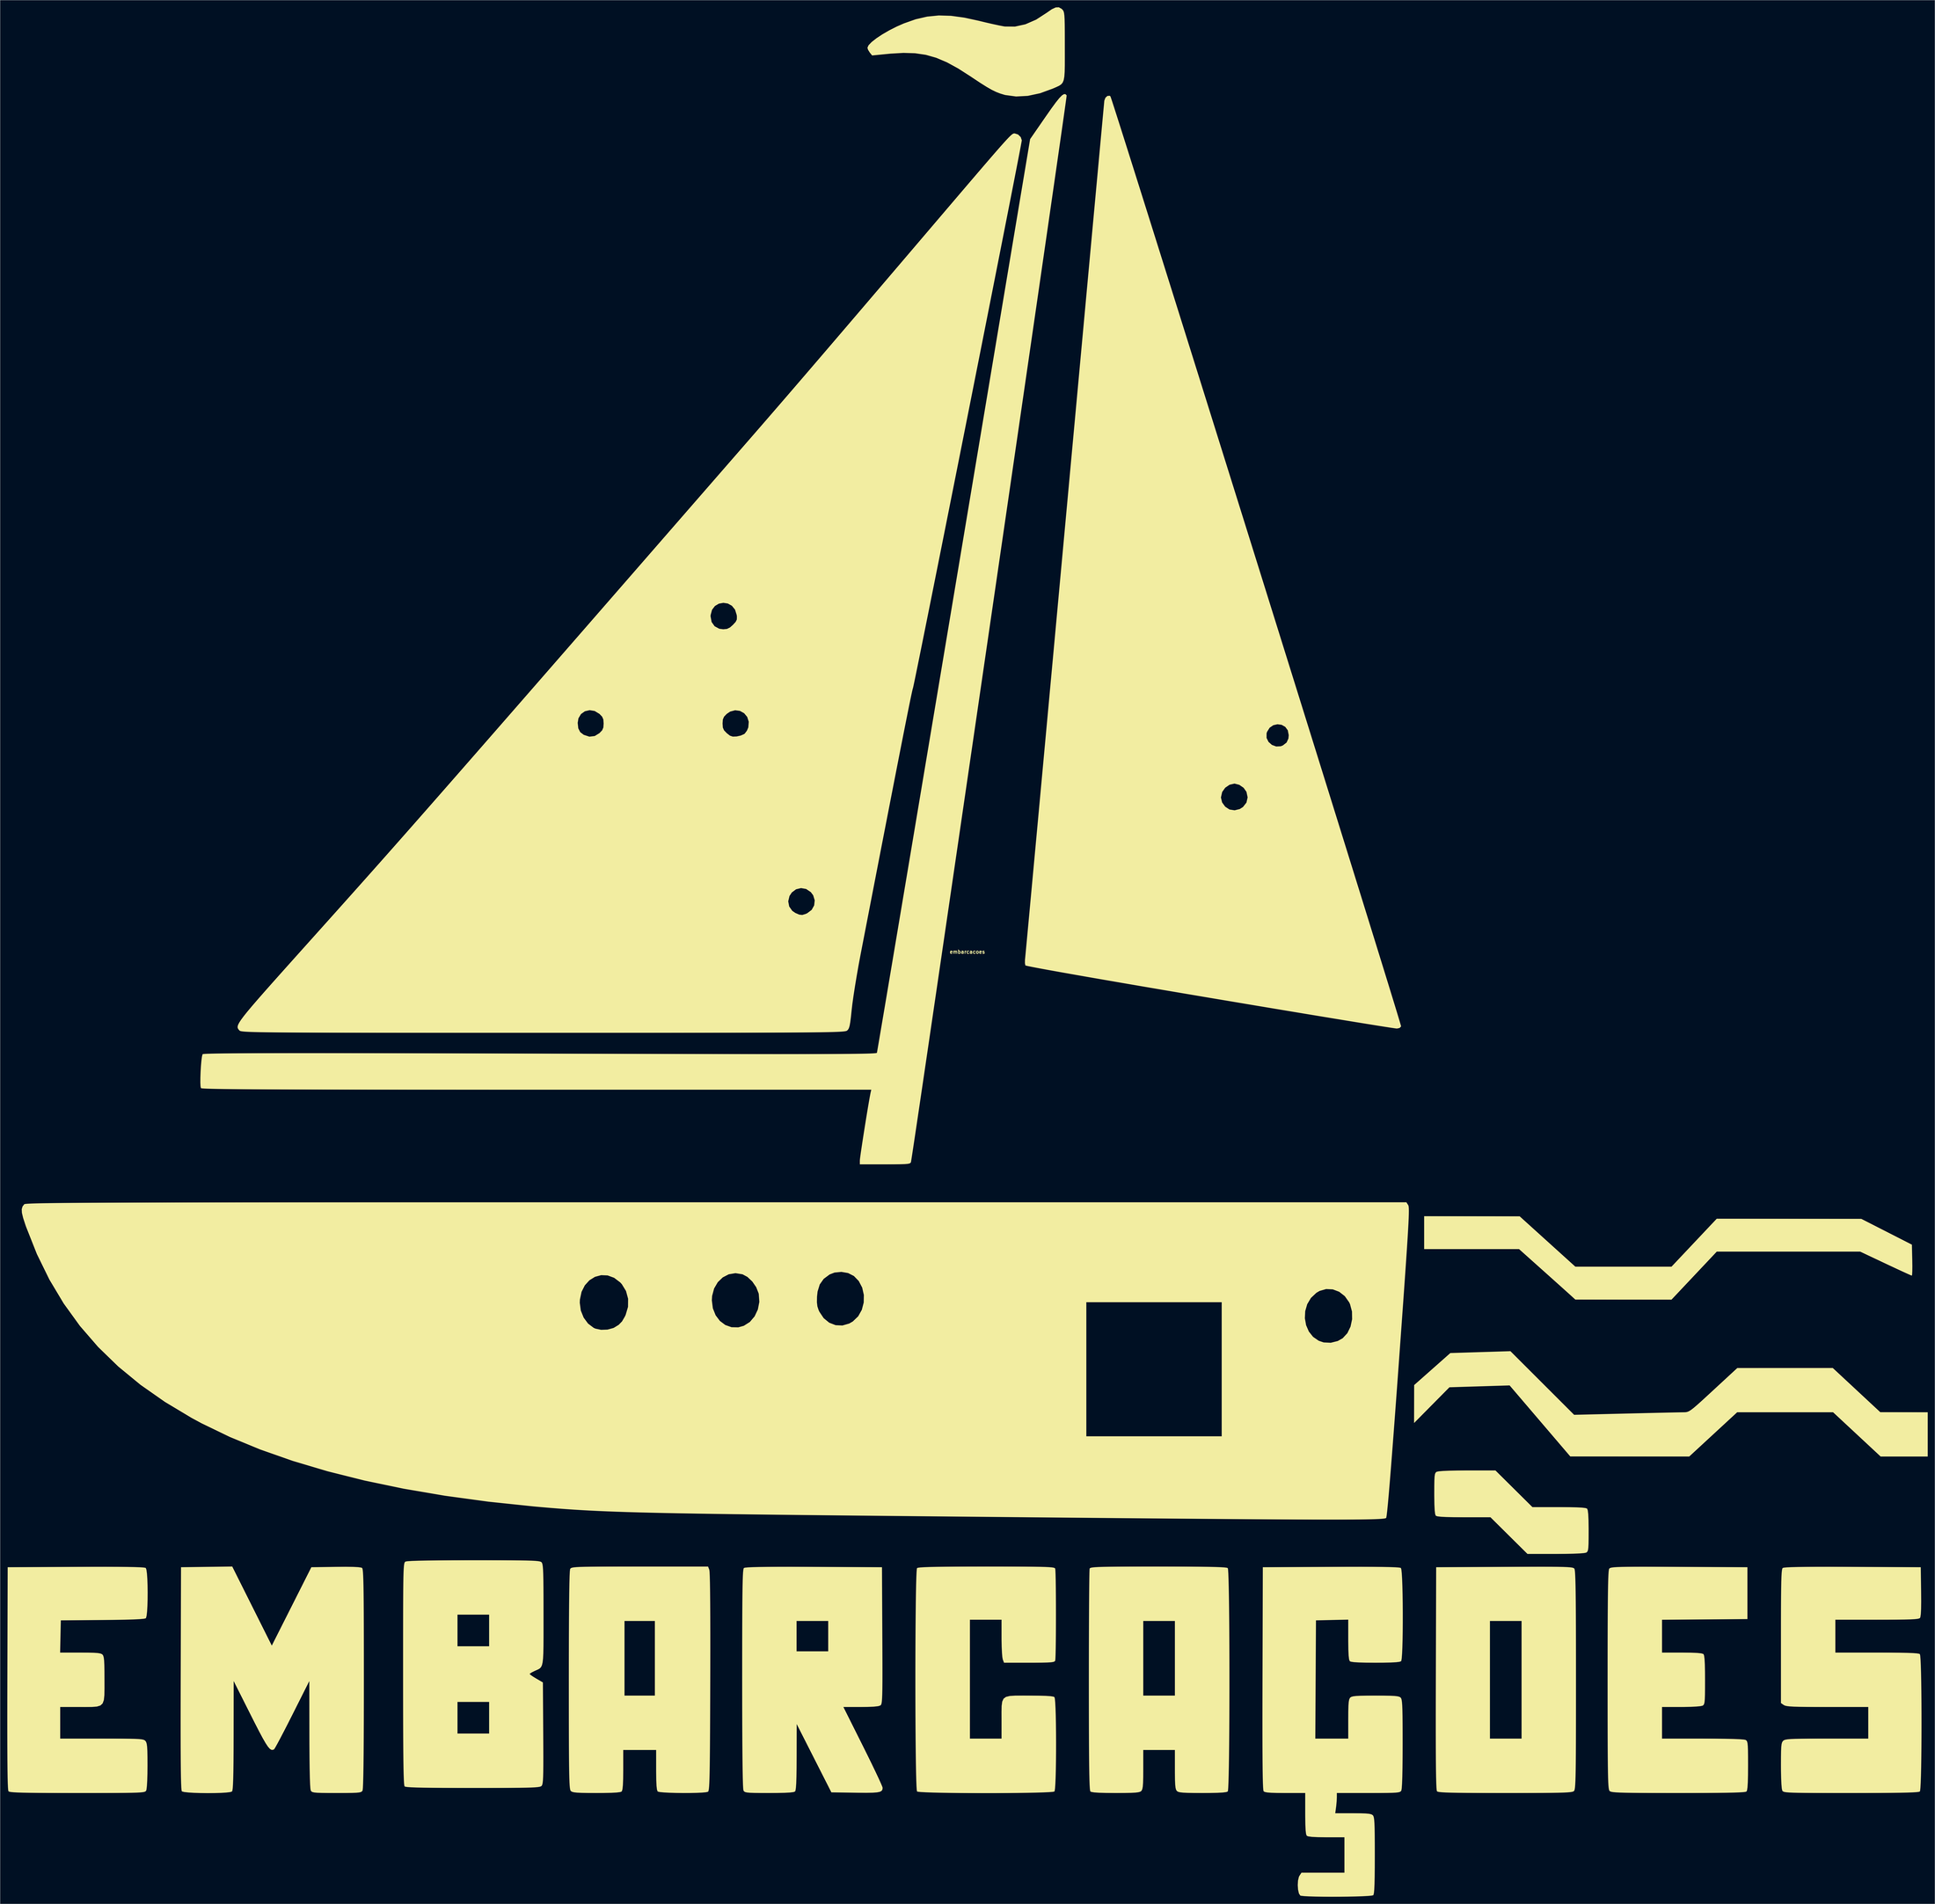
<source format=kicad_pcb>
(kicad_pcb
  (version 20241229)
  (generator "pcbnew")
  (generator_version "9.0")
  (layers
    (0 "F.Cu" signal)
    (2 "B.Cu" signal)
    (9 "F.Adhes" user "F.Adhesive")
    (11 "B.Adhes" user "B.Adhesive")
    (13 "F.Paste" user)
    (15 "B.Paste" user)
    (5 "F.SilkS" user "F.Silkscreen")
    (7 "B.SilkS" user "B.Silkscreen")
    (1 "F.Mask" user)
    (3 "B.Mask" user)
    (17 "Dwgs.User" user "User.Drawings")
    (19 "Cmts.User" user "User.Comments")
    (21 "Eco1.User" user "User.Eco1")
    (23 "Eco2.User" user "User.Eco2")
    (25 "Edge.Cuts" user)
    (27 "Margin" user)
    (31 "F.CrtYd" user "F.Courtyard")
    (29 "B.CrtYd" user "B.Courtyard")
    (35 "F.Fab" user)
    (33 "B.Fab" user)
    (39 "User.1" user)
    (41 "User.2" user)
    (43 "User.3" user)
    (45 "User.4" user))
  (footprint "embarcacoes"
    (layer "F.Cu")
    (at 401.539 395.143)
    (property "Reference" "embarcacoes" (at 0 0 0) (layer "F.SilkS") (effects (font (size 1.5 1.5) (thickness 0.3))))
    (attr board_only exclude_from_pos_files exclude_from_bom)
    (fp_poly (pts (xy 211.005 110.621) (xy 230.981 110.646) (xy 242.623 121.179) (xy 254.265 131.712) (xy 274.373 131.713) (xy 294.481 131.714) (xy 303.938 121.684) (xy 313.394 111.654) (xy 343.625 111.679) (xy 373.856 111.703) (xy 384.44 117.103) (xy 395.023 122.502) (xy 395.171 128.984) (xy 395.204 131.463) (xy 395.184 133.503) (xy 395.118 134.905) (xy 395.01 135.464) (xy 395.001 135.467) (xy 394.45 135.25) (xy 393.085 134.644) (xy 391.046 133.713) (xy 388.474 132.521) (xy 385.51 131.134) (xy 384.038 130.44) (xy 373.393 125.412) (xy 343.404 125.412) (xy 313.414 125.412) (xy 303.948 135.458) (xy 294.481 145.504) (xy 274.373 145.491) (xy 254.265 145.477) (xy 252.106 143.515) (xy 251.098 142.604) (xy 249.443 141.115) (xy 247.281 139.175) (xy 244.754 136.911) (xy 242.004 134.449) (xy 240.331 132.953) (xy 230.714 124.354) (xy 210.872 124.354) (xy 191.029 124.354) (xy 191.029 117.475) (xy 191.029 110.596)) (stroke (width 0) (type solid)) (fill yes) (layer "F.SilkS"))
    (fp_poly (pts (xy 240.435 180.375) (xy 253.752 193.684) (xy 275.44 193.158) (xy 280.229 193.043) (xy 284.771 192.936) (xy 288.937 192.84) (xy 292.6 192.759) (xy 295.633 192.694) (xy 297.907 192.649) (xy 299.295 192.626) (xy 299.546 192.624) (xy 300.3 192.605) (xy 300.983 192.497) (xy 301.707 192.218) (xy 302.58 191.688) (xy 303.712 190.823) (xy 305.215 189.542) (xy 307.196 187.764) (xy 309.767 185.405) (xy 311.981 183.361) (xy 321.998 174.106) (xy 341.964 174.101) (xy 361.93 174.096) (xy 371.862 183.34) (xy 381.794 192.584) (xy 391.716 192.6) (xy 401.637 192.617) (xy 401.637 201.877) (xy 401.637 211.137) (xy 391.794 211.137) (xy 381.951 211.137) (xy 372.004 201.877) (xy 362.057 192.617) (xy 341.999 192.617) (xy 321.941 192.617) (xy 311.915 201.874) (xy 301.89 211.132) (xy 277.019 211.117) (xy 252.148 211.103) (xy 239.461 196.245) (xy 226.775 181.387) (xy 214.193 181.772) (xy 201.612 182.158) (xy 194.214 189.636) (xy 186.816 197.115) (xy 186.833 189.177) (xy 186.851 181.24) (xy 194.418 174.541) (xy 201.985 167.843) (xy 214.552 167.454) (xy 227.118 167.066)) (stroke (width 0) (type solid)) (fill yes) (layer "F.SilkS"))
    (fp_poly (pts (xy 228.582 224.631) (xy 236.317 232.304) (xy 247.434 232.304) (xy 251.589 232.326) (xy 254.763 232.393) (xy 257.032 232.511) (xy 258.471 232.683) (xy 259.156 232.913) (xy 259.186 232.939) (xy 259.457 233.656) (xy 259.65 235.223) (xy 259.769 237.705) (xy 259.819 241.164) (xy 259.821 242.181) (xy 259.812 245.397) (xy 259.775 247.716) (xy 259.69 249.298) (xy 259.541 250.304) (xy 259.308 250.894) (xy 258.975 251.23) (xy 258.797 251.336) (xy 257.919 251.519) (xy 256.097 251.67) (xy 253.447 251.784) (xy 250.083 251.857) (xy 246.121 251.883) (xy 246.005 251.883) (xy 234.236 251.883) (xy 226.501 244.21) (xy 218.766 236.537) (xy 207.649 236.537) (xy 203.494 236.516) (xy 200.32 236.448) (xy 198.052 236.331) (xy 196.613 236.159) (xy 195.927 235.929) (xy 195.898 235.903) (xy 195.626 235.186) (xy 195.433 233.619) (xy 195.314 231.137) (xy 195.264 227.678) (xy 195.262 226.661) (xy 195.271 223.444) (xy 195.309 221.126) (xy 195.393 219.544) (xy 195.542 218.538) (xy 195.775 217.948) (xy 196.108 217.612) (xy 196.286 217.506) (xy 197.164 217.323) (xy 198.986 217.172) (xy 201.636 217.058) (xy 205 216.985) (xy 208.963 216.958) (xy 209.079 216.958) (xy 220.848 216.958)) (stroke (width 0) (type solid)) (fill yes) (layer "F.SilkS"))
    (fp_poly (pts (xy 39.361 -394.531) (xy 39.688 -394.229) (xy 40.002 -393.867) (xy 40.247 -393.399) (xy 40.431 -392.7) (xy 40.564 -391.645) (xy 40.653 -390.108) (xy 40.707 -387.963) (xy 40.735 -385.084) (xy 40.745 -381.347) (xy 40.746 -378.701) (xy 40.751 -374.285) (xy 40.743 -370.8) (xy 40.684 -368.119) (xy 40.538 -366.115) (xy 40.269 -364.659) (xy 39.84 -363.625) (xy 39.215 -362.887) (xy 38.356 -362.315) (xy 37.228 -361.784) (xy 35.795 -361.165) (xy 35.701 -361.124) (xy 30.427 -359.193) (xy 25.263 -358.088) (xy 20.359 -357.829) (xy 15.868 -358.434) (xy 15.478 -358.534) (xy 13.718 -359.066) (xy 12.01 -359.73) (xy 10.185 -360.621) (xy 8.068 -361.831) (xy 5.488 -363.454) (xy 2.272 -365.585) (xy 1.291 -366.246) (xy -3.885 -369.563) (xy -8.583 -372.132) (xy -13.011 -374.009) (xy -17.375 -375.252) (xy -21.885 -375.918) (xy -26.747 -376.065) (xy -32.169 -375.749) (xy -32.952 -375.674) (xy -39.843 -374.992) (xy -40.824 -376.202) (xy -41.542 -377.348) (xy -41.804 -378.218) (xy -41.34 -379.259) (xy -40.045 -380.606) (xy -38.067 -382.163) (xy -35.553 -383.831) (xy -32.65 -385.51) (xy -29.505 -387.104) (xy -26.602 -388.378) (xy -21.632 -390.13) (xy -16.828 -391.242) (xy -11.98 -391.722) (xy -6.878 -391.577) (xy -1.311 -390.816) (xy 4.498 -389.554) (xy 7.58 -388.81) (xy 10.52 -388.135) (xy 13.071 -387.583) (xy 14.982 -387.21) (xy 15.672 -387.099) (xy 19.893 -387.065) (xy 24.275 -388.031) (xy 28.732 -389.97) (xy 33.146 -392.829) (xy 35.312 -394.331) (xy 36.948 -395.089) (xy 38.237 -395.143)) (stroke (width 0) (type solid)) (fill yes) (layer "F.SilkS"))
    (fp_poly (pts (xy 244.126 257.259) (xy 246.986 257.285) (xy 249.21 257.331) (xy 250.882 257.397) (xy 252.086 257.488) (xy 252.907 257.604) (xy 253.428 257.748) (xy 253.735 257.922) (xy 253.868 258.064) (xy 253.989 258.445) (xy 254.096 259.273) (xy 254.189 260.604) (xy 254.268 262.494) (xy 254.336 264.997) (xy 254.392 268.169) (xy 254.437 272.065) (xy 254.472 276.741) (xy 254.498 282.253) (xy 254.516 288.655) (xy 254.526 296.003) (xy 254.529 304.352) (xy 254.529 304.599) (xy 254.528 312.663) (xy 254.522 319.735) (xy 254.512 325.88) (xy 254.496 331.163) (xy 254.472 335.65) (xy 254.44 339.406) (xy 254.398 342.497) (xy 254.345 344.989) (xy 254.281 346.947) (xy 254.203 348.436) (xy 254.111 349.522) (xy 254.003 350.272) (xy 253.879 350.749) (xy 253.737 351.02) (xy 253.698 351.064) (xy 253.419 351.249) (xy 252.926 351.405) (xy 252.135 351.534) (xy 250.962 351.639) (xy 249.321 351.722) (xy 247.129 351.785) (xy 244.302 351.831) (xy 240.754 351.863) (xy 236.401 351.883) (xy 231.159 351.893) (xy 224.944 351.896) (xy 224.923 351.896) (xy 218.591 351.892) (xy 213.239 351.878) (xy 208.791 351.852) (xy 205.167 351.813) (xy 202.29 351.758) (xy 200.082 351.686) (xy 198.466 351.594) (xy 197.364 351.481) (xy 196.697 351.345) (xy 196.388 351.183) (xy 196.383 351.177) (xy 196.271 350.719) (xy 196.175 349.608) (xy 196.093 347.802) (xy 196.026 345.261) (xy 195.972 341.943) (xy 195.932 337.81) (xy 195.906 332.818) (xy 195.892 326.93) (xy 195.89 320.102) (xy 195.901 312.296) (xy 195.921 303.949) (xy 195.991 279.929) (xy 218.546 279.929) (xy 218.546 304.535) (xy 218.546 329.142) (xy 225.16 329.142) (xy 231.775 329.142) (xy 231.775 304.535) (xy 231.775 279.929) (xy 225.16 279.929) (xy 218.546 279.929) (xy 195.991 279.929) (xy 196.056 257.44) (xy 224.631 257.301) (xy 230.881 257.273) (xy 236.158 257.255) (xy 240.544 257.25)) (stroke (width 0) (type solid)) (fill yes) (layer "F.SilkS"))
    (fp_poly (pts (xy -67.268 257.289) (xy -64.234 257.303) (xy -35.719 257.44) (xy -35.58 286.015) (xy -35.552 292.265) (xy -35.534 297.541) (xy -35.529 301.928) (xy -35.538 305.509) (xy -35.564 308.37) (xy -35.61 310.594) (xy -35.677 312.265) (xy -35.767 313.469) (xy -35.883 314.29) (xy -36.027 314.812) (xy -36.201 315.118) (xy -36.343 315.251) (xy -37.275 315.564) (xy -39.11 315.775) (xy -41.904 315.889) (xy -44.553 315.913) (xy -51.862 315.913) (xy -43.658 332.313) (xy -41.73 336.195) (xy -39.964 339.806) (xy -38.413 343.03) (xy -37.133 345.751) (xy -36.179 347.854) (xy -35.604 349.223) (xy -35.454 349.711) (xy -35.536 350.446) (xy -35.867 350.995) (xy -36.576 351.384) (xy -37.792 351.635) (xy -39.645 351.771) (xy -42.261 351.815) (xy -45.772 351.791) (xy -46.9 351.775) (xy -56.885 351.631) (xy -64.136 337.344) (xy -71.386 323.056) (xy -71.412 336.841) (xy -71.436 341.455) (xy -71.493 345.086) (xy -71.585 347.81) (xy -71.717 349.702) (xy -71.891 350.837) (xy -72.073 351.261) (xy -72.717 351.508) (xy -74.139 351.691) (xy -76.412 351.813) (xy -79.609 351.88) (xy -82.902 351.896) (xy -86.437 351.89) (xy -89.061 351.861) (xy -90.92 351.798) (xy -92.159 351.684) (xy -92.925 351.507) (xy -93.366 351.252) (xy -93.626 350.905) (xy -93.644 350.872) (xy -93.756 350.123) (xy -93.856 348.321) (xy -93.943 345.464) (xy -94.017 341.553) (xy -94.077 336.586) (xy -94.125 330.564) (xy -94.16 323.485) (xy -94.182 315.349) (xy -94.191 306.156) (xy -94.192 304.106) (xy -94.189 295.904) (xy -94.182 288.7) (xy -94.168 282.432) (xy -94.158 279.929) (xy -71.438 279.929) (xy -71.438 286.279) (xy -71.438 292.629) (xy -64.823 292.629) (xy -58.208 292.629) (xy -58.208 286.279) (xy -58.208 279.929) (xy -64.823 279.929) (xy -71.438 279.929) (xy -94.158 279.929) (xy -94.147 277.038) (xy -94.118 272.458) (xy -94.08 268.631) (xy -94.032 265.495) (xy -93.973 262.989) (xy -93.902 261.052) (xy -93.818 259.623) (xy -93.72 258.641) (xy -93.607 258.044) (xy -93.479 257.772) (xy -93.47 257.764) (xy -92.956 257.623) (xy -91.753 257.507) (xy -89.81 257.414) (xy -87.078 257.346) (xy -83.507 257.3) (xy -79.048 257.275) (xy -73.652 257.272)) (stroke (width 0) (type solid)) (fill yes) (layer "F.SilkS"))
    (fp_poly (pts (xy -299.187 273.692) (xy -290.915 290.23) (xy -282.644 273.835) (xy -274.373 257.44) (xy -264.122 257.296) (xy -260.02 257.265) (xy -256.918 257.305) (xy -254.763 257.417) (xy -253.5 257.604) (xy -253.142 257.757) (xy -253.012 258.006) (xy -252.897 258.561) (xy -252.797 259.486) (xy -252.712 260.841) (xy -252.639 262.689) (xy -252.579 265.09) (xy -252.53 268.107) (xy -252.49 271.802) (xy -252.46 276.236) (xy -252.439 281.47) (xy -252.424 287.567) (xy -252.416 294.588) (xy -252.413 302.595) (xy -252.412 304.106) (xy -252.419 313.52) (xy -252.438 321.876) (xy -252.471 329.175) (xy -252.516 335.418) (xy -252.574 340.604) (xy -252.645 344.736) (xy -252.729 347.812) (xy -252.826 349.834) (xy -252.936 350.803) (xy -252.96 350.872) (xy -253.211 351.226) (xy -253.63 351.487) (xy -254.361 351.67) (xy -255.55 351.789) (xy -257.344 351.857) (xy -259.888 351.888) (xy -263.328 351.896) (xy -263.79 351.896) (xy -267.342 351.89) (xy -269.982 351.862) (xy -271.855 351.799) (xy -273.107 351.687) (xy -273.884 351.512) (xy -274.331 351.26) (xy -274.594 350.918) (xy -274.619 350.872) (xy -274.768 350.052) (xy -274.896 348.209) (xy -275.003 345.381) (xy -275.088 341.604) (xy -275.148 336.914) (xy -275.185 331.347) (xy -275.195 327.457) (xy -275.224 305.065) (xy -282.319 319.176) (xy -284.126 322.744) (xy -285.799 326.004) (xy -287.277 328.834) (xy -288.495 331.116) (xy -289.389 332.729) (xy -289.897 333.553) (xy -289.968 333.63) (xy -290.54 333.871) (xy -291.125 333.815) (xy -291.778 333.375) (xy -292.559 332.469) (xy -293.523 331.01) (xy -294.73 328.915) (xy -296.236 326.098) (xy -298.098 322.475) (xy -299.763 319.178) (xy -306.86 305.065) (xy -306.888 327.845) (xy -306.904 333.772) (xy -306.935 338.708) (xy -306.985 342.721) (xy -307.054 345.876) (xy -307.145 348.242) (xy -307.26 349.886) (xy -307.401 350.875) (xy -307.552 351.261) (xy -308.325 351.515) (xy -309.94 351.709) (xy -312.192 351.846) (xy -314.874 351.925) (xy -317.78 351.947) (xy -320.705 351.914) (xy -323.443 351.826) (xy -325.787 351.683) (xy -327.532 351.488) (xy -328.471 351.239) (xy -328.551 351.177) (xy -328.662 350.719) (xy -328.759 349.608) (xy -328.84 347.802) (xy -328.908 345.261) (xy -328.961 341.943) (xy -329.001 337.81) (xy -329.028 332.818) (xy -329.042 326.93) (xy -329.043 320.102) (xy -329.033 312.296) (xy -329.012 303.949) (xy -328.877 257.44) (xy -318.169 257.296) (xy -307.46 257.153)) (stroke (width 0) (type solid)) (fill yes) (layer "F.SilkS"))
    (fp_poly (pts (xy -107.928 258.555) (xy -107.829 259.359) (xy -107.743 261.195) (xy -107.67 264.039) (xy -107.612 267.864) (xy -107.567 272.644) (xy -107.536 278.356) (xy -107.52 284.972) (xy -107.519 292.467) (xy -107.532 300.816) (xy -107.544 305.406) (xy -107.571 313.481) (xy -107.599 320.563) (xy -107.63 326.714) (xy -107.664 332) (xy -107.703 336.485) (xy -107.748 340.232) (xy -107.802 343.307) (xy -107.864 345.773) (xy -107.936 347.695) (xy -108.02 349.137) (xy -108.117 350.163) (xy -108.228 350.837) (xy -108.355 351.225) (xy -108.479 351.378) (xy -109.319 351.579) (xy -110.987 351.731) (xy -113.276 351.835) (xy -115.982 351.891) (xy -118.9 351.901) (xy -121.824 351.867) (xy -124.549 351.789) (xy -126.87 351.668) (xy -128.582 351.505) (xy -129.48 351.303) (xy -129.54 351.261) (xy -129.816 350.53) (xy -130.011 348.934) (xy -130.129 346.411) (xy -130.174 342.902) (xy -130.175 342.265) (xy -130.175 333.904) (xy -137.054 333.904) (xy -143.933 333.904) (xy -143.933 342.265) (xy -143.968 345.933) (xy -144.074 348.604) (xy -144.257 350.341) (xy -144.52 351.202) (xy -144.568 351.261) (xy -145.224 351.512) (xy -146.668 351.696) (xy -148.972 351.819) (xy -152.21 351.883) (xy -155.114 351.896) (xy -158.693 351.883) (xy -161.36 351.837) (xy -163.26 351.747) (xy -164.54 351.602) (xy -165.345 351.389) (xy -165.821 351.098) (xy -165.856 351.064) (xy -166.003 350.835) (xy -166.132 350.415) (xy -166.244 349.741) (xy -166.34 348.745) (xy -166.421 347.363) (xy -166.489 345.529) (xy -166.545 343.176) (xy -166.589 340.241) (xy -166.623 336.656) (xy -166.649 332.356) (xy -166.667 327.275) (xy -166.679 321.349) (xy -166.685 314.511) (xy -166.687 306.695) (xy -166.688 304.727) (xy -166.681 295.337) (xy -166.662 287.004) (xy -166.63 279.929) (xy -143.404 279.929) (xy -143.404 295.54) (xy -143.404 311.15) (xy -137.054 311.15) (xy -130.704 311.15) (xy -130.704 295.54) (xy -130.704 279.929) (xy -137.054 279.929) (xy -143.404 279.929) (xy -166.63 279.929) (xy -166.629 279.729) (xy -166.584 273.511) (xy -166.525 268.349) (xy -166.454 264.243) (xy -166.369 261.192) (xy -166.272 259.197) (xy -166.161 258.256) (xy -166.14 258.199) (xy -165.989 257.976) (xy -165.741 257.788) (xy -165.309 257.631) (xy -164.609 257.504) (xy -163.556 257.403) (xy -162.066 257.325) (xy -160.054 257.268) (xy -157.435 257.227) (xy -154.125 257.2) (xy -150.039 257.185) (xy -145.091 257.177) (xy -139.199 257.175) (xy -137.022 257.175) (xy -108.453 257.175)) (stroke (width 0) (type solid)) (fill yes) (layer "F.SilkS"))
    (fp_poly (pts (xy -355.374 257.287) (xy -351.431 257.323) (xy -348.347 257.382) (xy -346.074 257.464) (xy -344.561 257.57) (xy -343.759 257.701) (xy -343.621 257.764) (xy -343.347 258.511) (xy -343.131 260.107) (xy -342.974 262.347) (xy -342.876 265.024) (xy -342.837 267.932) (xy -342.858 270.865) (xy -342.938 273.615) (xy -343.078 275.977) (xy -343.277 277.744) (xy -343.537 278.71) (xy -343.607 278.799) (xy -344.34 278.99) (xy -346.055 279.153) (xy -348.768 279.288) (xy -352.495 279.397) (xy -357.251 279.479) (xy -361.731 279.525) (xy -379.148 279.665) (xy -379.296 286.411) (xy -379.444 293.158) (xy -370.999 293.158) (xy -367.706 293.175) (xy -365.312 293.235) (xy -363.659 293.351) (xy -362.589 293.539) (xy -361.941 293.813) (xy -361.723 293.99) (xy -361.418 294.452) (xy -361.195 295.235) (xy -361.043 296.489) (xy -360.95 298.363) (xy -360.904 301.006) (xy -360.892 304.309) (xy -360.883 308.099) (xy -360.933 310.963) (xy -361.158 313.028) (xy -361.672 314.425) (xy -362.591 315.284) (xy -364.03 315.732) (xy -366.104 315.901) (xy -368.928 315.92) (xy -371.21 315.913) (xy -379.413 315.913) (xy -379.413 322.527) (xy -379.413 329.142) (xy -362.032 329.142) (xy -357.264 329.145) (xy -353.443 329.159) (xy -350.457 329.19) (xy -348.194 329.243) (xy -346.543 329.325) (xy -345.393 329.441) (xy -344.631 329.598) (xy -344.146 329.8) (xy -343.826 330.055) (xy -343.776 330.109) (xy -343.454 330.603) (xy -343.22 331.368) (xy -343.061 332.563) (xy -342.964 334.341) (xy -342.914 336.858) (xy -342.9 340.271) (xy -342.9 340.463) (xy -342.931 343.826) (xy -343.018 346.718) (xy -343.152 348.976) (xy -343.325 350.437) (xy -343.448 350.872) (xy -343.599 351.097) (xy -343.849 351.285) (xy -344.284 351.442) (xy -344.988 351.569) (xy -346.047 351.67) (xy -347.546 351.748) (xy -349.57 351.805) (xy -352.205 351.846) (xy -355.535 351.872) (xy -359.647 351.887) (xy -364.624 351.894) (xy -370.553 351.896) (xy -372.223 351.896) (xy -378.588 351.892) (xy -383.973 351.878) (xy -388.455 351.853) (xy -392.11 351.814) (xy -395.017 351.76) (xy -397.252 351.689) (xy -398.894 351.598) (xy -400.02 351.487) (xy -400.707 351.352) (xy -401.032 351.192) (xy -401.046 351.177) (xy -401.158 350.719) (xy -401.254 349.608) (xy -401.336 347.802) (xy -401.404 345.261) (xy -401.457 341.943) (xy -401.497 337.81) (xy -401.524 332.818) (xy -401.537 326.93) (xy -401.539 320.102) (xy -401.529 312.296) (xy -401.508 303.949) (xy -401.373 257.44) (xy -372.858 257.303) (xy -366.038 257.277) (xy -360.226 257.272)) (stroke (width 0) (type solid)) (fill yes) (layer "F.SilkS"))
    (fp_poly (pts (xy 287.594 257.259) (xy 293.15 257.28) (xy 297.656 257.301) (xy 326.231 257.44) (xy 326.231 268.288) (xy 326.231 279.135) (xy 308.372 279.275) (xy 290.512 279.414) (xy 290.512 286.286) (xy 290.512 293.158) (xy 298.873 293.158) (xy 302.541 293.193) (xy 305.213 293.299) (xy 306.949 293.482) (xy 307.81 293.745) (xy 307.869 293.793) (xy 308.116 294.438) (xy 308.299 295.86) (xy 308.422 298.133) (xy 308.488 301.33) (xy 308.504 304.623) (xy 308.498 308.158) (xy 308.47 310.782) (xy 308.406 312.64) (xy 308.292 313.88) (xy 308.115 314.646) (xy 307.86 315.087) (xy 307.513 315.347) (xy 307.481 315.365) (xy 306.59 315.564) (xy 304.844 315.729) (xy 302.446 315.847) (xy 299.598 315.908) (xy 298.485 315.913) (xy 290.512 315.913) (xy 290.512 322.527) (xy 290.512 329.142) (xy 307.481 329.142) (xy 312.604 329.159) (xy 316.96 329.211) (xy 320.489 329.294) (xy 323.131 329.407) (xy 324.825 329.549) (xy 325.472 329.689) (xy 325.827 329.942) (xy 326.089 330.362) (xy 326.272 331.096) (xy 326.39 332.292) (xy 326.458 334.094) (xy 326.488 336.65) (xy 326.496 340.106) (xy 326.496 340.432) (xy 326.471 344.426) (xy 326.394 347.436) (xy 326.26 349.537) (xy 326.065 350.801) (xy 325.861 351.261) (xy 325.439 351.41) (xy 324.454 351.537) (xy 322.844 351.641) (xy 320.544 351.726) (xy 317.494 351.792) (xy 313.629 351.84) (xy 308.888 351.873) (xy 303.206 351.891) (xy 297.324 351.896) (xy 291.11 351.893) (xy 285.87 351.883) (xy 281.519 351.863) (xy 277.973 351.831) (xy 275.148 351.785) (xy 272.958 351.721) (xy 271.32 351.639) (xy 270.148 351.534) (xy 269.359 351.404) (xy 268.867 351.248) (xy 268.59 351.064) (xy 268.443 350.835) (xy 268.314 350.416) (xy 268.202 349.742) (xy 268.106 348.747) (xy 268.025 347.367) (xy 267.957 345.534) (xy 267.902 343.184) (xy 267.857 340.251) (xy 267.823 336.67) (xy 267.797 332.375) (xy 267.779 327.3) (xy 267.767 321.38) (xy 267.761 314.55) (xy 267.758 306.744) (xy 267.758 304.599) (xy 267.761 296.221) (xy 267.771 288.846) (xy 267.789 282.418) (xy 267.815 276.883) (xy 267.85 272.184) (xy 267.894 268.267) (xy 267.95 265.075) (xy 268.017 262.555) (xy 268.097 260.649) (xy 268.189 259.303) (xy 268.295 258.462) (xy 268.416 258.069) (xy 268.42 258.064) (xy 268.626 257.867) (xy 268.987 257.702) (xy 269.589 257.567) (xy 270.514 257.458) (xy 271.848 257.375) (xy 273.674 257.315) (xy 276.078 257.276) (xy 279.143 257.255) (xy 282.953 257.25)) (stroke (width 0) (type solid)) (fill yes) (layer "F.SilkS"))
    (fp_poly (pts (xy 86.485 257.181) (xy 92.119 257.2) (xy 96.819 257.234) (xy 100.648 257.283) (xy 103.668 257.349) (xy 105.941 257.434) (xy 107.531 257.539) (xy 108.498 257.665) (xy 108.903 257.81) (xy 109.019 258.445) (xy 109.125 260.046) (xy 109.219 262.517) (xy 109.304 265.768) (xy 109.377 269.703) (xy 109.44 274.229) (xy 109.492 279.254) (xy 109.533 284.684) (xy 109.563 290.425) (xy 109.583 296.385) (xy 109.592 302.469) (xy 109.59 308.585) (xy 109.578 314.639) (xy 109.555 320.538) (xy 109.521 326.188) (xy 109.476 331.497) (xy 109.421 336.37) (xy 109.354 340.715) (xy 109.277 344.438) (xy 109.19 347.445) (xy 109.091 349.645) (xy 108.982 350.942) (xy 108.903 351.261) (xy 108.247 351.512) (xy 106.803 351.696) (xy 104.499 351.819) (xy 101.261 351.883) (xy 98.357 351.896) (xy 94.778 351.883) (xy 92.111 351.837) (xy 90.211 351.747) (xy 88.931 351.602) (xy 88.126 351.389) (xy 87.65 351.098) (xy 87.615 351.064) (xy 87.287 350.562) (xy 87.055 349.711) (xy 86.904 348.349) (xy 86.819 346.314) (xy 86.786 343.446) (xy 86.783 342.068) (xy 86.783 333.904) (xy 80.169 333.904) (xy 73.554 333.904) (xy 73.554 342.068) (xy 73.536 345.305) (xy 73.473 347.645) (xy 73.35 349.25) (xy 73.151 350.281) (xy 72.863 350.9) (xy 72.723 351.064) (xy 72.271 351.364) (xy 71.506 351.583) (xy 70.281 351.735) (xy 68.449 351.83) (xy 65.866 351.88) (xy 62.385 351.896) (xy 61.981 351.896) (xy 58.037 351.87) (xy 55.077 351.789) (xy 53.03 351.649) (xy 51.823 351.446) (xy 51.435 351.261) (xy 51.318 350.894) (xy 51.214 350.009) (xy 51.124 348.555) (xy 51.047 346.482) (xy 50.981 343.738) (xy 50.927 340.273) (xy 50.884 336.036) (xy 50.85 330.977) (xy 50.826 325.045) (xy 50.81 318.188) (xy 50.801 310.357) (xy 50.8 304.737) (xy 50.804 297.847) (xy 50.814 291.251) (xy 50.831 285.027) (xy 50.851 279.929) (xy 73.554 279.929) (xy 73.554 295.54) (xy 73.554 311.15) (xy 80.169 311.15) (xy 86.783 311.15) (xy 86.783 295.54) (xy 86.783 279.929) (xy 80.169 279.929) (xy 73.554 279.929) (xy 50.851 279.929) (xy 50.854 279.255) (xy 50.882 274.01) (xy 50.915 269.372) (xy 50.952 265.419) (xy 50.992 262.228) (xy 51.036 259.877) (xy 51.083 258.444) (xy 51.121 258.012) (xy 51.276 257.828) (xy 51.643 257.673) (xy 52.304 257.544) (xy 53.342 257.439) (xy 54.839 257.355) (xy 56.878 257.291) (xy 59.54 257.244) (xy 62.91 257.211) (xy 67.068 257.19) (xy 72.097 257.179) (xy 78.081 257.175) (xy 79.855 257.175)) (stroke (width 0) (type solid)) (fill yes) (layer "F.SilkS"))
    (fp_poly (pts (xy 367.178 257.289) (xy 370.212 257.303) (xy 398.727 257.44) (xy 398.871 267.69) (xy 398.902 271.793) (xy 398.862 274.894) (xy 398.75 277.049) (xy 398.563 278.312) (xy 398.409 278.67) (xy 398.062 278.876) (xy 397.333 279.041) (xy 396.123 279.17) (xy 394.332 279.265) (xy 391.862 279.332) (xy 388.612 279.374) (xy 384.485 279.395) (xy 380.406 279.4) (xy 363.008 279.4) (xy 363.008 286.279) (xy 363.008 293.158) (xy 380.365 293.158) (xy 385.524 293.17) (xy 389.699 293.206) (xy 392.963 293.269) (xy 395.391 293.361) (xy 397.055 293.486) (xy 398.03 293.646) (xy 398.357 293.793) (xy 398.504 294.458) (xy 398.633 296.061) (xy 398.745 298.482) (xy 398.839 301.601) (xy 398.915 305.297) (xy 398.974 309.451) (xy 399.015 313.942) (xy 399.038 318.65) (xy 399.043 323.456) (xy 399.031 328.237) (xy 399.001 332.876) (xy 398.953 337.251) (xy 398.888 341.243) (xy 398.805 344.731) (xy 398.704 347.595) (xy 398.585 349.714) (xy 398.449 350.97) (xy 398.357 351.261) (xy 397.936 351.409) (xy 396.954 351.535) (xy 395.347 351.64) (xy 393.053 351.724) (xy 390.01 351.79) (xy 386.155 351.839) (xy 381.426 351.872) (xy 375.759 351.89) (xy 369.536 351.896) (xy 363.356 351.895) (xy 358.149 351.889) (xy 353.83 351.877) (xy 350.314 351.853) (xy 347.515 351.817) (xy 345.347 351.764) (xy 343.726 351.691) (xy 342.567 351.597) (xy 341.783 351.476) (xy 341.29 351.327) (xy 341.002 351.146) (xy 340.834 350.931) (xy 340.802 350.872) (xy 340.609 349.984) (xy 340.45 348.197) (xy 340.333 345.672) (xy 340.267 342.568) (xy 340.254 340.371) (xy 340.264 336.947) (xy 340.302 334.423) (xy 340.383 332.645) (xy 340.523 331.454) (xy 340.735 330.694) (xy 341.035 330.207) (xy 341.222 330.017) (xy 341.585 329.775) (xy 342.154 329.581) (xy 343.039 329.431) (xy 344.353 329.319) (xy 346.206 329.239) (xy 348.709 329.187) (xy 351.972 329.157) (xy 356.107 329.144) (xy 359.478 329.142) (xy 376.767 329.142) (xy 376.767 322.527) (xy 376.767 315.913) (xy 359.686 315.913) (xy 354.876 315.906) (xy 351.013 315.885) (xy 347.986 315.842) (xy 345.685 315.775) (xy 343.999 315.676) (xy 342.816 315.542) (xy 342.027 315.367) (xy 341.52 315.147) (xy 341.43 315.089) (xy 340.254 314.265) (xy 340.254 286.314) (xy 340.258 279.985) (xy 340.272 274.636) (xy 340.297 270.189) (xy 340.336 266.566) (xy 340.391 263.69) (xy 340.463 261.482) (xy 340.554 259.865) (xy 340.667 258.759) (xy 340.803 258.088) (xy 340.965 257.773) (xy 340.975 257.764) (xy 341.489 257.623) (xy 342.693 257.507) (xy 344.636 257.414) (xy 347.368 257.346) (xy 350.939 257.3) (xy 355.397 257.275) (xy 360.794 257.272)) (stroke (width 0) (type solid)) (fill yes) (layer "F.SilkS"))
    (fp_poly (pts (xy 14.239 257.177) (xy 19.516 257.187) (xy 23.9 257.205) (xy 27.472 257.234) (xy 30.316 257.277) (xy 32.513 257.336) (xy 34.147 257.414) (xy 35.3 257.513) (xy 36.054 257.635) (xy 36.491 257.784) (xy 36.695 257.96) (xy 36.72 258.012) (xy 36.803 258.748) (xy 36.873 260.393) (xy 36.931 262.796) (xy 36.976 265.809) (xy 37.008 269.281) (xy 37.028 273.063) (xy 37.035 277.005) (xy 37.03 280.958) (xy 37.012 284.772) (xy 36.981 288.296) (xy 36.938 291.382) (xy 36.882 293.88) (xy 36.814 295.64) (xy 36.733 296.512) (xy 36.72 296.555) (xy 36.49 296.844) (xy 35.96 297.059) (xy 34.995 297.211) (xy 33.46 297.309) (xy 31.218 297.365) (xy 28.135 297.389) (xy 25.859 297.392) (xy 15.32 297.392) (xy 14.804 296.034) (xy 14.617 295.026) (xy 14.461 293.194) (xy 14.348 290.769) (xy 14.291 287.986) (xy 14.287 287.038) (xy 14.287 279.4) (xy 7.673 279.4) (xy 1.058 279.4) (xy 1.058 304.271) (xy 1.058 329.142) (xy 7.673 329.142) (xy 14.287 329.142) (xy 14.287 321.322) (xy 14.275 317.993) (xy 14.324 315.48) (xy 14.565 313.668) (xy 15.126 312.443) (xy 16.137 311.692) (xy 17.728 311.301) (xy 20.029 311.156) (xy 23.168 311.142) (xy 25.853 311.15) (xy 29.799 311.176) (xy 32.759 311.256) (xy 34.808 311.396) (xy 36.017 311.599) (xy 36.407 311.785) (xy 36.583 312.479) (xy 36.733 314.084) (xy 36.856 316.454) (xy 36.954 319.442) (xy 37.025 322.902) (xy 37.07 326.688) (xy 37.089 330.651) (xy 37.082 334.647) (xy 37.048 338.527) (xy 36.988 342.147) (xy 36.902 345.358) (xy 36.79 348.016) (xy 36.651 349.972) (xy 36.487 351.08) (xy 36.407 351.261) (xy 35.742 351.408) (xy 34.139 351.537) (xy 31.718 351.649) (xy 28.599 351.743) (xy 24.903 351.819) (xy 20.749 351.878) (xy 16.258 351.919) (xy 11.55 351.942) (xy 6.744 351.947) (xy 1.963 351.935) (xy -2.676 351.905) (xy -7.051 351.857) (xy -11.043 351.792) (xy -14.531 351.709) (xy -17.395 351.608) (xy -19.514 351.49) (xy -20.77 351.353) (xy -21.061 351.261) (xy -21.177 350.625) (xy -21.283 349.025) (xy -21.378 346.553) (xy -21.462 343.303) (xy -21.535 339.368) (xy -21.598 334.842) (xy -21.65 329.817) (xy -21.691 324.387) (xy -21.722 318.646) (xy -21.741 312.686) (xy -21.75 306.602) (xy -21.749 300.486) (xy -21.736 294.432) (xy -21.713 288.533) (xy -21.679 282.883) (xy -21.634 277.574) (xy -21.579 272.701) (xy -21.513 268.356) (xy -21.436 264.633) (xy -21.348 261.625) (xy -21.25 259.426) (xy -21.141 258.129) (xy -21.061 257.81) (xy -20.641 257.662) (xy -19.661 257.536) (xy -18.057 257.432) (xy -15.768 257.348) (xy -12.731 257.282) (xy -8.883 257.233) (xy -4.163 257.2) (xy 1.492 257.181) (xy 7.987 257.175)) (stroke (width 0) (type solid)) (fill yes) (layer "F.SilkS"))
    (fp_poly (pts (xy -200.28 254.532) (xy -195.086 254.542) (xy -190.779 254.562) (xy -187.276 254.595) (xy -184.491 254.642) (xy -182.338 254.707) (xy -180.733 254.792) (xy -179.59 254.899) (xy -178.824 255.03) (xy -178.351 255.19) (xy -178.102 255.361) (xy -177.892 255.675) (xy -177.719 256.222) (xy -177.581 257.099) (xy -177.474 258.404) (xy -177.394 260.234) (xy -177.337 262.687) (xy -177.301 265.862) (xy -177.28 269.855) (xy -177.272 274.766) (xy -177.271 277.283) (xy -177.268 282.663) (xy -177.271 287.084) (xy -177.295 290.65) (xy -177.356 293.46) (xy -177.469 295.615) (xy -177.65 297.217) (xy -177.913 298.366) (xy -178.276 299.164) (xy -178.753 299.711) (xy -179.361 300.108) (xy -180.113 300.455) (xy -180.897 300.796) (xy -182.205 301.45) (xy -182.985 301.963) (xy -183.082 302.102) (xy -182.657 302.514) (xy -181.561 303.264) (xy -180.304 304.029) (xy -177.535 305.639) (xy -177.397 326.872) (xy -177.366 332.232) (xy -177.351 336.632) (xy -177.356 340.17) (xy -177.383 342.943) (xy -177.436 345.051) (xy -177.518 346.59) (xy -177.631 347.66) (xy -177.78 348.357) (xy -177.966 348.78) (xy -178.096 348.942) (xy -178.374 349.128) (xy -178.86 349.285) (xy -179.639 349.415) (xy -180.796 349.52) (xy -182.415 349.604) (xy -184.581 349.667) (xy -187.378 349.714) (xy -190.892 349.746) (xy -195.207 349.766) (xy -200.408 349.776) (xy -206.579 349.779) (xy -206.836 349.779) (xy -213.404 349.773) (xy -218.977 349.753) (xy -223.617 349.719) (xy -227.388 349.669) (xy -230.351 349.601) (xy -232.57 349.514) (xy -234.107 349.407) (xy -235.026 349.278) (xy -235.373 349.144) (xy -235.49 348.778) (xy -235.593 347.895) (xy -235.683 346.445) (xy -235.76 344.376) (xy -235.825 341.638) (xy -235.879 338.181) (xy -235.923 333.955) (xy -235.957 328.908) (xy -235.982 322.991) (xy -235.998 316.153) (xy -236.001 313.796) (xy -213.254 313.796) (xy -213.254 320.41) (xy -213.254 327.025) (xy -206.64 327.025) (xy -200.025 327.025) (xy -200.025 320.41) (xy -200.025 313.796) (xy -206.64 313.796) (xy -213.254 313.796) (xy -236.001 313.796) (xy -236.007 308.344) (xy -236.008 302.067) (xy -236.008 293.995) (xy -236.005 286.916) (xy -235.999 280.762) (xy -235.992 277.283) (xy -213.254 277.283) (xy -213.254 283.898) (xy -213.254 290.512) (xy -206.64 290.512) (xy -200.025 290.512) (xy -200.025 283.898) (xy -200.025 277.283) (xy -206.64 277.283) (xy -213.254 277.283) (xy -235.992 277.283) (xy -235.989 275.47) (xy -235.971 270.972) (xy -235.946 267.202) (xy -235.912 264.095) (xy -235.868 261.584) (xy -235.811 259.604) (xy -235.741 258.089) (xy -235.656 256.973) (xy -235.554 256.189) (xy -235.435 255.672) (xy -235.296 255.355) (xy -235.137 255.174) (xy -234.985 255.077) (xy -234.182 254.938) (xy -232.341 254.82) (xy -229.479 254.72) (xy -225.616 254.641) (xy -220.772 254.583) (xy -214.965 254.546) (xy -208.215 254.53) (xy -206.448 254.529)) (stroke (width 0) (type solid)) (fill yes) (layer "F.SilkS"))
    (fp_poly (pts (xy 59.805 -357.919) (xy 60.008 -357.373) (xy 60.512 -355.859) (xy 61.304 -353.418) (xy 62.37 -350.094) (xy 63.699 -345.928) (xy 65.276 -340.962) (xy 67.088 -335.238) (xy 69.122 -328.8) (xy 71.365 -321.688) (xy 73.804 -313.945) (xy 76.426 -305.613) (xy 79.217 -296.735) (xy 82.164 -287.352) (xy 85.255 -277.507) (xy 88.475 -267.242) (xy 91.812 -256.599) (xy 95.253 -245.62) (xy 98.784 -234.347) (xy 102.392 -222.823) (xy 106.064 -211.089) (xy 109.787 -199.189) (xy 113.548 -187.164) (xy 117.333 -175.055) (xy 121.129 -162.907) (xy 124.924 -150.76) (xy 128.704 -138.656) (xy 132.455 -126.639) (xy 136.165 -114.749) (xy 139.82 -103.03) (xy 143.408 -91.523) (xy 146.915 -80.271) (xy 150.328 -69.316) (xy 153.633 -58.699) (xy 156.818 -48.464) (xy 159.87 -38.652) (xy 162.774 -29.305) (xy 165.519 -20.466) (xy 168.09 -12.177) (xy 170.475 -4.479) (xy 172.661 2.584) (xy 174.634 8.971) (xy 176.381 14.639) (xy 177.889 19.547) (xy 179.145 23.652) (xy 180.135 26.911) (xy 180.847 29.284) (xy 181.268 30.728) (xy 181.385 31.198) (xy 180.768 31.85) (xy 179.648 32.092) (xy 178.95 32.015) (xy 177.268 31.77) (xy 174.661 31.367) (xy 171.188 30.817) (xy 166.909 30.129) (xy 161.882 29.312) (xy 156.167 28.377) (xy 149.823 27.333) (xy 142.909 26.19) (xy 135.484 24.957) (xy 127.608 23.644) (xy 119.339 22.262) (xy 110.738 20.819) (xy 101.863 19.326) (xy 101.354 19.24) (xy 91.362 17.552) (xy 81.892 15.945) (xy 72.989 14.426) (xy 64.693 13.002) (xy 57.048 11.682) (xy 50.094 10.473) (xy 43.875 9.381) (xy 38.432 8.414) (xy 33.808 7.581) (xy 30.045 6.887) (xy 27.184 6.341) (xy 25.268 5.95) (xy 24.339 5.721) (xy 24.255 5.681) (xy 24.067 4.784) (xy 24.085 3.341) (xy 24.128 2.922) (xy 24.197 2.237) (xy 24.358 0.537) (xy 24.609 -2.139) (xy 24.947 -5.752) (xy 25.367 -10.262) (xy 25.865 -15.632) (xy 26.439 -21.821) (xy 27.085 -28.79) (xy 27.799 -36.502) (xy 28.577 -44.916) (xy 29.417 -53.994) (xy 30.313 -63.697) (xy 30.394 -64.572) (xy 106.036 -64.572) (xy 106.526 -62.506) (xy 107.822 -60.722) (xy 109.618 -59.539) (xy 111.75 -59.207) (xy 113.916 -59.733) (xy 115.25 -60.579) (xy 116.712 -62.431) (xy 117.206 -64.623) (xy 116.716 -66.937) (xy 115.522 -68.622) (xy 113.731 -69.863) (xy 111.761 -70.378) (xy 111.654 -70.379) (xy 109.648 -69.903) (xy 107.827 -68.654) (xy 106.575 -66.896) (xy 106.547 -66.829) (xy 106.036 -64.572) (xy 30.394 -64.572) (xy 31.263 -73.985) (xy 32.263 -84.82) (xy 32.693 -89.48) (xy 125.122 -89.48) (xy 125.943 -87.817) (xy 127.359 -86.568) (xy 129.138 -85.902) (xy 131.052 -85.991) (xy 131.93 -86.341) (xy 133.502 -87.561) (xy 134.261 -89.238) (xy 134.392 -90.644) (xy 134 -92.672) (xy 132.935 -94.121) (xy 131.42 -94.972) (xy 129.679 -95.207) (xy 127.935 -94.809) (xy 126.411 -93.76) (xy 125.332 -92.041) (xy 125.126 -91.384) (xy 125.122 -89.48) (xy 32.693 -89.48) (xy 33.31 -96.162) (xy 34.399 -107.973) (xy 35.528 -120.213) (xy 36.692 -132.844) (xy 37.889 -145.827) (xy 39.113 -159.122) (xy 40.363 -172.69) (xy 40.76 -177.006) (xy 42.016 -190.643) (xy 43.247 -204.014) (xy 44.45 -217.08) (xy 45.622 -229.802) (xy 46.759 -242.143) (xy 47.857 -254.063) (xy 48.913 -265.523) (xy 49.923 -276.485) (xy 50.884 -286.909) (xy 51.792 -296.758) (xy 52.643 -305.992) (xy 53.435 -314.572) (xy 54.162 -322.46) (xy 54.823 -329.617) (xy 55.412 -336.004) (xy 55.928 -341.582) (xy 56.365 -346.313) (xy 56.721 -350.158) (xy 56.992 -353.078) (xy 57.174 -355.034) (xy 57.263 -355.988) (xy 57.272 -356.076) (xy 57.721 -357.292) (xy 58.557 -358.054) (xy 59.472 -358.139)) (stroke (width 0) (type solid)) (fill yes) (layer "F.SilkS"))
    (fp_poly (pts (xy 169.559 257.287) (xy 173.503 257.323) (xy 176.586 257.382) (xy 178.859 257.464) (xy 180.372 257.57) (xy 181.174 257.701) (xy 181.312 257.764) (xy 181.506 258.44) (xy 181.672 260.027) (xy 181.812 262.378) (xy 181.924 265.346) (xy 182.009 268.784) (xy 182.066 272.545) (xy 182.094 276.482) (xy 182.093 280.448) (xy 182.064 284.295) (xy 182.005 287.877) (xy 181.917 291.048) (xy 181.798 293.659) (xy 181.65 295.564) (xy 181.471 296.615) (xy 181.398 296.757) (xy 180.75 297.005) (xy 179.322 297.188) (xy 177.039 297.311) (xy 173.83 297.377) (xy 170.656 297.392) (xy 166.678 297.367) (xy 163.683 297.288) (xy 161.599 297.153) (xy 160.352 296.955) (xy 159.914 296.757) (xy 159.639 296.027) (xy 159.444 294.432) (xy 159.326 291.912) (xy 159.28 288.406) (xy 159.279 287.745) (xy 159.279 279.368) (xy 152.532 279.516) (xy 145.785 279.665) (xy 145.648 304.403) (xy 145.51 329.142) (xy 152.395 329.142) (xy 159.279 329.142) (xy 159.279 320.977) (xy 159.297 317.741) (xy 159.36 315.401) (xy 159.483 313.796) (xy 159.682 312.764) (xy 159.971 312.146) (xy 160.111 311.982) (xy 160.567 311.68) (xy 161.34 311.458) (xy 162.579 311.306) (xy 164.429 311.212) (xy 167.04 311.164) (xy 170.557 311.15) (xy 170.656 311.15) (xy 174.198 311.163) (xy 176.829 311.21) (xy 178.696 311.303) (xy 179.948 311.454) (xy 180.731 311.673) (xy 181.193 311.973) (xy 181.202 311.982) (xy 181.426 312.315) (xy 181.606 312.891) (xy 181.748 313.813) (xy 181.855 315.188) (xy 181.933 317.119) (xy 181.985 319.711) (xy 182.016 323.069) (xy 182.03 327.298) (xy 182.033 331.331) (xy 182.017 336.759) (xy 181.97 341.384) (xy 181.893 345.156) (xy 181.787 348.024) (xy 181.655 349.939) (xy 181.497 350.849) (xy 181.486 350.872) (xy 181.265 351.189) (xy 180.899 351.432) (xy 180.261 351.612) (xy 179.223 351.739) (xy 177.658 351.821) (xy 175.44 351.868) (xy 172.44 351.89) (xy 168.532 351.896) (xy 167.727 351.896) (xy 154.517 351.896) (xy 154.517 353.674) (xy 154.441 355.347) (xy 154.252 357.341) (xy 154.18 357.907) (xy 153.844 360.363) (xy 161.286 360.363) (xy 164.374 360.383) (xy 166.574 360.457) (xy 168.055 360.601) (xy 168.985 360.833) (xy 169.533 361.168) (xy 169.56 361.194) (xy 169.8 361.55) (xy 169.989 362.162) (xy 170.135 363.142) (xy 170.241 364.604) (xy 170.315 366.66) (xy 170.36 369.424) (xy 170.384 373.009) (xy 170.392 377.528) (xy 170.392 378.022) (xy 170.379 382.975) (xy 170.339 386.945) (xy 170.269 390.008) (xy 170.165 392.238) (xy 170.026 393.711) (xy 169.847 394.502) (xy 169.757 394.652) (xy 169.072 394.824) (xy 167.496 394.971) (xy 165.196 395.091) (xy 162.34 395.185) (xy 159.095 395.252) (xy 155.628 395.291) (xy 152.106 395.3) (xy 148.696 395.28) (xy 145.566 395.23) (xy 142.883 395.148) (xy 140.813 395.035) (xy 139.525 394.888) (xy 139.208 394.792) (xy 138.649 393.914) (xy 138.297 392.346) (xy 138.167 390.438) (xy 138.273 388.541) (xy 138.631 387.005) (xy 138.855 386.56) (xy 139.724 385.233) (xy 148.708 385.233) (xy 157.692 385.233) (xy 157.692 377.825) (xy 157.692 370.417) (xy 150.125 370.417) (xy 146.597 370.375) (xy 144.078 370.249) (xy 142.521 370.034) (xy 141.923 369.782) (xy 141.651 369.066) (xy 141.458 367.501) (xy 141.339 365.022) (xy 141.29 361.566) (xy 141.287 360.521) (xy 141.287 351.896) (xy 132.886 351.896) (xy 129.497 351.874) (xy 127.034 351.8) (xy 125.364 351.663) (xy 124.355 351.454) (xy 123.887 351.177) (xy 123.775 350.719) (xy 123.679 349.608) (xy 123.597 347.802) (xy 123.53 345.261) (xy 123.476 341.943) (xy 123.437 337.81) (xy 123.41 332.818) (xy 123.396 326.93) (xy 123.394 320.102) (xy 123.405 312.296) (xy 123.425 303.949) (xy 123.56 257.44) (xy 152.076 257.303) (xy 158.896 257.277) (xy 164.707 257.272)) (stroke (width 0) (type solid)) (fill yes) (layer "F.SilkS"))
    (fp_poly (pts (xy 40.999 -358.806) (xy 41.483 -358.336) (xy 41.514 -358.287) (xy 41.455 -357.744) (xy 41.248 -356.195) (xy 40.899 -353.683) (xy 40.415 -350.247) (xy 39.801 -345.931) (xy 39.065 -340.774) (xy 38.211 -334.82) (xy 37.245 -328.108) (xy 36.175 -320.681) (xy 35.005 -312.581) (xy 33.743 -303.848) (xy 32.393 -294.524) (xy 30.962 -284.651) (xy 29.457 -274.269) (xy 27.882 -263.422) (xy 26.245 -252.149) (xy 24.551 -240.493) (xy 22.806 -228.495) (xy 21.017 -216.196) (xy 19.189 -203.638) (xy 17.329 -190.863) (xy 15.442 -177.911) (xy 13.534 -164.825) (xy 11.612 -151.646) (xy 9.682 -138.415) (xy 7.75 -125.173) (xy 5.821 -111.963) (xy 3.902 -98.826) (xy 1.999 -85.803) (xy 0.118 -72.936) (xy -1.735 -60.266) (xy -3.554 -47.834) (xy -5.333 -35.683) (xy -7.066 -23.853) (xy -8.747 -12.386) (xy -10.369 -1.324) (xy -11.928 9.292) (xy -13.415 19.421) (xy -14.827 29.021) (xy -16.156 38.05) (xy -17.396 46.467) (xy -18.542 54.231) (xy -19.587 61.3) (xy -20.526 67.633) (xy -21.352 73.188) (xy -22.059 77.923) (xy -22.642 81.798) (xy -23.093 84.77) (xy -23.408 86.799) (xy -23.579 87.843) (xy -23.606 87.974) (xy -23.783 88.291) (xy -24.188 88.527) (xy -24.961 88.693) (xy -26.241 88.801) (xy -28.165 88.864) (xy -30.872 88.893) (xy -34.431 88.9) (xy -44.979 88.9) (xy -44.979 87.273) (xy -44.896 86.406) (xy -44.664 84.672) (xy -44.312 82.248) (xy -43.869 79.31) (xy -43.361 76.035) (xy -42.817 72.601) (xy -42.265 69.182) (xy -41.734 65.957) (xy -41.251 63.102) (xy -40.844 60.793) (xy -40.541 59.207) (xy -40.468 58.87) (xy -40.197 57.679) (xy -180.106 57.679) (xy -195.015 57.678) (xy -208.897 57.675) (xy -221.785 57.671) (xy -233.712 57.664) (xy -244.708 57.654) (xy -254.807 57.642) (xy -264.041 57.628) (xy -272.441 57.611) (xy -280.04 57.591) (xy -286.87 57.567) (xy -292.963 57.541) (xy -298.352 57.511) (xy -303.068 57.477) (xy -307.144 57.44) (xy -310.611 57.399) (xy -313.502 57.354) (xy -315.849 57.305) (xy -317.685 57.251) (xy -319.04 57.193) (xy -319.949 57.13) (xy -320.441 57.063) (xy -320.553 57.018) (xy -320.72 56.264) (xy -320.79 54.713) (xy -320.777 52.617) (xy -320.693 50.233) (xy -320.55 47.813) (xy -320.36 45.614) (xy -320.137 43.888) (xy -319.893 42.891) (xy -319.858 42.825) (xy -319.603 42.757) (xy -318.907 42.695) (xy -317.739 42.639) (xy -316.068 42.588) (xy -313.863 42.544) (xy -311.094 42.505) (xy -307.731 42.472) (xy -303.742 42.444) (xy -299.097 42.422) (xy -293.766 42.406) (xy -287.717 42.395) (xy -280.921 42.389) (xy -273.346 42.389) (xy -264.963 42.394) (xy -255.74 42.404) (xy -245.647 42.419) (xy -234.652 42.44) (xy -222.727 42.465) (xy -209.84 42.496) (xy -195.959 42.531) (xy -181.056 42.572) (xy -178.786 42.578) (xy -164.079 42.619) (xy -150.397 42.655) (xy -137.703 42.687) (xy -125.963 42.714) (xy -115.142 42.737) (xy -105.205 42.755) (xy -96.118 42.768) (xy -87.846 42.777) (xy -80.353 42.78) (xy -73.606 42.779) (xy -67.569 42.773) (xy -62.207 42.761) (xy -57.486 42.745) (xy -53.371 42.723) (xy -49.827 42.696) (xy -46.82 42.663) (xy -44.314 42.625) (xy -42.274 42.581) (xy -40.666 42.532) (xy -39.456 42.476) (xy -38.608 42.415) (xy -38.087 42.348) (xy -37.859 42.275) (xy -37.843 42.256) (xy -37.737 41.687) (xy -37.463 40.111) (xy -37.027 37.564) (xy -36.435 34.084) (xy -35.693 29.707) (xy -34.807 24.469) (xy -33.784 18.409) (xy -32.63 11.561) (xy -31.351 3.963) (xy -29.953 -4.347) (xy -28.443 -13.335) (xy -26.826 -22.962) (xy -25.108 -33.192) (xy -23.296 -43.988) (xy -21.397 -55.315) (xy -19.415 -67.133) (xy -17.358 -79.409) (xy -15.231 -92.103) (xy -13.041 -105.18) (xy -10.794 -118.603) (xy -8.496 -132.336) (xy -6.153 -146.34) (xy -5.67 -149.225) (xy 26.237 -339.99) (xy 32.728 -349.382) (xy 35.1 -352.771) (xy 36.981 -355.336) (xy 38.439 -357.15) (xy 39.548 -358.285) (xy 40.377 -358.813)) (stroke (width 0) (type solid)) (fill yes) (layer "F.SilkS"))
    (fp_poly (pts (xy 184.368 105.966) (xy 184.477 106.228) (xy 184.56 106.676) (xy 184.613 107.365) (xy 184.633 108.348) (xy 184.615 109.681) (xy 184.558 111.418) (xy 184.458 113.615) (xy 184.312 116.326) (xy 184.115 119.606) (xy 183.866 123.511) (xy 183.561 128.093) (xy 183.196 133.41) (xy 182.769 139.514) (xy 182.276 146.462) (xy 181.713 154.308) (xy 181.078 163.107) (xy 180.463 171.598) (xy 179.658 182.623) (xy 178.921 192.601) (xy 178.25 201.539) (xy 177.644 209.448) (xy 177.104 216.336) (xy 176.627 222.212) (xy 176.214 227.085) (xy 175.864 230.962) (xy 175.576 233.854) (xy 175.35 235.769) (xy 175.184 236.715) (xy 175.141 236.818) (xy 174.965 236.925) (xy 174.599 237.024) (xy 174.012 237.114) (xy 173.171 237.195) (xy 172.044 237.267) (xy 170.599 237.33) (xy 168.802 237.384) (xy 166.622 237.428) (xy 164.027 237.464) (xy 160.984 237.49) (xy 157.46 237.506) (xy 153.424 237.513) (xy 148.843 237.51) (xy 143.684 237.498) (xy 137.916 237.475) (xy 131.506 237.442) (xy 124.421 237.4) (xy 116.63 237.347) (xy 108.099 237.283) (xy 98.798 237.21) (xy 88.692 237.125) (xy 77.751 237.03) (xy 65.94 236.925) (xy 53.23 236.808) (xy 39.586 236.681) (xy 24.976 236.543) (xy 9.369 236.393) (xy -5.027 236.254) (xy -19.869 236.109) (xy -33.698 235.972) (xy -46.56 235.841) (xy -58.501 235.716) (xy -69.567 235.595) (xy -79.802 235.477) (xy -89.253 235.361) (xy -97.965 235.246) (xy -105.985 235.131) (xy -113.357 235.015) (xy -120.128 234.896) (xy -126.342 234.774) (xy -132.047 234.648) (xy -137.287 234.516) (xy -142.107 234.377) (xy -146.555 234.23) (xy -150.675 234.074) (xy -154.513 233.909) (xy -158.115 233.732) (xy -161.526 233.543) (xy -164.792 233.34) (xy -167.959 233.123) (xy -171.073 232.891) (xy -174.178 232.642) (xy -177.322 232.375) (xy -180.548 232.09) (xy -181.504 232.003) (xy -200.431 230.011) (xy -218.513 227.542) (xy -235.736 224.601) (xy -252.088 221.192) (xy -267.554 217.316) (xy -282.12 212.979) (xy -295.773 208.184) (xy -308.499 202.934) (xy -320.285 197.233) (xy -324.461 194.979) (xy -335.611 188.289) (xy -345.824 181.133) (xy -355.132 173.478) (xy -363.565 165.285) (xy -371.154 156.52) (xy -377.929 147.146) (xy -378.125 146.819) (xy -162.114 146.819) (xy -161.677 150.068) (xy -160.475 153.045) (xy -158.644 155.525) (xy -156.319 157.286) (xy -155.575 157.628) (xy -153.204 158.13) (xy -150.525 158.037) (xy -148.087 157.379) (xy -147.749 157.219) (xy -145.841 156.046) (xy -144.445 154.613) (xy -143.252 152.577) (xy -142.916 151.861) (xy -141.934 148.521) (xy -141.907 145.765) (xy -106.88 145.765) (xy -106.454 149.137) (xy -105.287 152.054) (xy -103.511 154.412) (xy -101.256 156.108) (xy -98.651 157.037) (xy -95.829 157.095) (xy -93.513 156.45) (xy -90.979 154.845) (xy -88.985 152.496) (xy -87.632 149.623) (xy -87.046 146.582) (xy -62.933 146.582) (xy -62.739 148.295) (xy -62.242 149.827) (xy -61.915 150.542) (xy -60.105 153.251) (xy -57.786 155.15) (xy -55.121 156.189) (xy -52.278 156.322) (xy -49.422 155.499) (xy -47.918 154.631) (xy -45.67 152.473) (xy -44.149 149.76) (xy -43.359 146.71) (xy -43.356 146.579) (xy 49.742 146.579) (xy 49.742 174.625) (xy 49.742 202.671) (xy 78.052 202.671) (xy 106.362 202.671) (xy 106.362 174.625) (xy 106.362 153.28) (xy 141.142 153.28) (xy 141.658 156.19) (xy 142.811 158.848) (xy 144.576 161.077) (xy 146.927 162.701) (xy 148.994 163.403) (xy 151.963 163.543) (xy 154.899 162.812) (xy 156.965 161.645) (xy 158.915 159.532) (xy 160.243 156.79) (xy 160.903 153.68) (xy 160.847 150.461) (xy 160.029 147.394) (xy 159.674 146.63) (xy 157.84 144.041) (xy 155.499 142.216) (xy 152.836 141.208) (xy 150.037 141.072) (xy 147.286 141.861) (xy 145.968 142.633) (xy 143.677 144.793) (xy 142.126 147.405) (xy 141.29 150.293) (xy 141.142 153.28) (xy 106.362 153.28) (xy 106.362 146.579) (xy 78.052 146.579) (xy 49.742 146.579) (xy -43.356 146.579) (xy -43.305 143.542) (xy -43.994 140.472) (xy -45.43 137.72) (xy -47.466 135.615) (xy -49.891 134.378) (xy -52.716 133.89) (xy -55.569 134.172) (xy -57.625 134.971) (xy -60.097 136.81) (xy -61.75 139.152) (xy -62.665 142.135) (xy -62.889 144.256) (xy -62.933 146.582) (xy -87.046 146.582) (xy -87.019 146.442) (xy -87.246 143.174) (xy -87.319 142.849) (xy -88.332 140.282) (xy -89.977 137.898) (xy -92.004 135.992) (xy -94.032 134.903) (xy -96.993 134.425) (xy -99.797 134.891) (xy -102.309 136.19) (xy -104.397 138.207) (xy -105.926 140.83) (xy -106.763 143.945) (xy -106.88 145.765) (xy -141.907 145.765) (xy -141.9 145.123) (xy -142.779 141.884) (xy -144.533 139.022) (xy -145.194 138.3) (xy -147.751 136.361) (xy -150.456 135.371) (xy -153.171 135.261) (xy -155.757 135.961) (xy -158.077 137.403) (xy -159.993 139.516) (xy -161.366 142.231) (xy -162.058 145.478) (xy -162.114 146.819) (xy -378.125 146.819) (xy -383.923 137.128) (xy -389.165 126.43) (xy -393.687 115.016) (xy -393.994 114.143) (xy -394.926 111.278) (xy -395.423 109.18) (xy -395.496 107.657) (xy -395.154 106.514) (xy -394.455 105.606) (xy -394.329 105.545) (xy -394.059 105.488) (xy -393.617 105.433) (xy -392.98 105.382) (xy -392.12 105.333) (xy -391.012 105.286) (xy -389.63 105.242) (xy -387.949 105.201) (xy -385.943 105.163) (xy -383.585 105.126) (xy -380.851 105.092) (xy -377.715 105.06) (xy -374.15 105.031) (xy -370.131 105.003) (xy -365.632 104.978) (xy -360.628 104.954) (xy -355.092 104.932) (xy -349 104.912) (xy -342.324 104.894) (xy -335.04 104.878) (xy -327.121 104.862) (xy -318.542 104.849) (xy -309.278 104.837) (xy -299.301 104.826) (xy -288.587 104.817) (xy -277.11 104.808) (xy -264.844 104.801) (xy -251.763 104.795) (xy -237.842 104.79) (xy -223.054 104.786) (xy -207.375 104.782) (xy -190.777 104.78) (xy -173.236 104.778) (xy -154.726 104.776) (xy -135.221 104.775) (xy -114.694 104.775) (xy -105.014 104.775) (xy 183.596 104.775)) (stroke (width 0) (type solid)) (fill yes) (layer "F.SilkS"))
    (fp_poly (pts (xy 19.809 -342.371) (xy 21.193 -341.924) (xy 22.305 -340.838) (xy 22.754 -339.512) (xy 22.652 -338.87) (xy 22.355 -337.249) (xy 21.873 -334.708) (xy 21.218 -331.303) (xy 20.401 -327.092) (xy 19.435 -322.132) (xy 18.329 -316.481) (xy 17.096 -310.196) (xy 15.748 -303.335) (xy 14.294 -295.956) (xy 12.748 -288.115) (xy 11.12 -279.87) (xy 9.422 -271.28) (xy 7.665 -262.4) (xy 5.861 -253.289) (xy 4.02 -244.005) (xy 2.155 -234.604) (xy 0.277 -225.144) (xy -1.603 -215.683) (xy -3.473 -206.278) (xy -5.322 -196.987) (xy -7.138 -187.867) (xy -8.911 -178.975) (xy -10.628 -170.37) (xy -12.279 -162.108) (xy -13.851 -154.247) (xy -15.334 -146.845) (xy -16.715 -139.959) (xy -17.985 -133.646) (xy -19.13 -127.964) (xy -20.14 -122.971) (xy -21.004 -118.723) (xy -21.709 -115.279) (xy -22.245 -112.696) (xy -22.599 -111.032) (xy -22.762 -110.343) (xy -22.766 -110.331) (xy -22.887 -109.929) (xy -23.105 -109.001) (xy -23.428 -107.519) (xy -23.861 -105.451) (xy -24.41 -102.767) (xy -25.082 -99.437) (xy -25.881 -95.43) (xy -26.815 -90.716) (xy -27.889 -85.265) (xy -29.108 -79.045) (xy -30.48 -72.028) (xy -32.01 -64.182) (xy -33.704 -55.477) (xy -35.568 -45.882) (xy -37.608 -35.368) (xy -39.83 -23.903) (xy -42.239 -11.458) (xy -44.663 1.069) (xy -45.48 5.434) (xy -46.269 9.917) (xy -46.994 14.284) (xy -47.616 18.298) (xy -48.096 21.722) (xy -48.374 24.088) (xy -48.701 27.203) (xy -48.984 29.437) (xy -49.261 30.964) (xy -49.57 31.958) (xy -49.949 32.592) (xy -50.306 32.941) (xy -50.468 33.041) (xy -50.724 33.134) (xy -51.114 33.219) (xy -51.678 33.298) (xy -52.455 33.37) (xy -53.485 33.436) (xy -54.808 33.495) (xy -56.464 33.549) (xy -58.493 33.598) (xy -60.933 33.641) (xy -63.826 33.68) (xy -67.211 33.713) (xy -71.127 33.743) (xy -75.614 33.768) (xy -80.712 33.79) (xy -86.462 33.808) (xy -92.902 33.824) (xy -100.072 33.836) (xy -108.013 33.846) (xy -116.763 33.853) (xy -126.363 33.859) (xy -136.853 33.863) (xy -148.272 33.865) (xy -160.66 33.866) (xy -174.056 33.867) (xy -177.512 33.867) (xy -191.148 33.866) (xy -203.766 33.866) (xy -215.405 33.864) (xy -226.105 33.861) (xy -235.906 33.856) (xy -244.847 33.85) (xy -252.969 33.841) (xy -260.311 33.831) (xy -266.913 33.817) (xy -272.815 33.8) (xy -278.056 33.78) (xy -282.677 33.756) (xy -286.717 33.729) (xy -290.216 33.697) (xy -293.213 33.66) (xy -295.749 33.619) (xy -297.863 33.572) (xy -299.595 33.52) (xy -300.985 33.462) (xy -302.073 33.398) (xy -302.898 33.328) (xy -303.501 33.251) (xy -303.92 33.167) (xy -304.196 33.076) (xy -304.369 32.977) (xy -304.453 32.899) (xy -304.802 32.502) (xy -305.067 32.108) (xy -305.211 31.666) (xy -305.192 31.126) (xy -304.972 30.437) (xy -304.509 29.549) (xy -303.764 28.41) (xy -302.697 26.97) (xy -301.268 25.179) (xy -299.437 22.985) (xy -297.165 20.339) (xy -294.41 17.188) (xy -291.134 13.484) (xy -287.296 9.175) (xy -282.856 4.21) (xy -277.775 -1.461) (xy -274.297 -5.34) (xy -270.767 -9.278) (xy -267.385 -13.053) (xy -264.124 -16.695) (xy -260.957 -20.235) (xy -260.162 -21.125) (xy -74.934 -21.125) (xy -74.52 -18.969) (xy -73.25 -17.159) (xy -71.967 -16.273) (xy -70.33 -15.563) (xy -69.074 -15.42) (xy -67.691 -15.833) (xy -66.964 -16.164) (xy -65.131 -17.548) (xy -64.08 -19.431) (xy -63.853 -21.554) (xy -64.493 -23.657) (xy -65.495 -24.993) (xy -67.444 -26.292) (xy -69.579 -26.668) (xy -71.657 -26.165) (xy -73.436 -24.827) (xy -74.402 -23.36) (xy -74.934 -21.125) (xy -260.162 -21.125) (xy -257.86 -23.702) (xy -254.805 -27.126) (xy -251.766 -30.537) (xy -248.718 -33.965) (xy -245.633 -37.44) (xy -242.487 -40.991) (xy -239.252 -44.65) (xy -235.902 -48.444) (xy -232.411 -52.405) (xy -228.754 -56.563) (xy -224.903 -60.946) (xy -220.833 -65.586) (xy -216.517 -70.512) (xy -211.929 -75.754) (xy -207.044 -81.341) (xy -201.834 -87.305) (xy -196.274 -93.674) (xy -194.432 -95.785) (xy -162.983 -95.785) (xy -162.739 -93.493) (xy -161.917 -91.901) (xy -160.456 -90.783) (xy -158.096 -90.012) (xy -155.84 -90.287) (xy -153.864 -91.502) (xy -152.752 -92.667) (xy -152.251 -93.842) (xy -152.135 -95.515) (xy -102.394 -95.515) (xy -102.276 -93.827) (xy -101.767 -92.657) (xy -100.632 -91.473) (xy -100.598 -91.442) (xy -99.297 -90.427) (xy -98.13 -90.037) (xy -96.545 -90.092) (xy -96.476 -90.1) (xy -94.777 -90.477) (xy -93.385 -91.097) (xy -93.104 -91.308) (xy -92.202 -92.519) (xy -91.625 -93.884) (xy -91.439 -96.253) (xy -92.087 -98.275) (xy -93.38 -99.83) (xy -95.127 -100.799) (xy -97.138 -101.065) (xy -99.223 -100.507) (xy -100.666 -99.527) (xy -101.777 -98.362) (xy -102.278 -97.187) (xy -102.394 -95.515) (xy -152.135 -95.515) (xy -152.255 -97.209) (xy -152.764 -98.38) (xy -153.864 -99.527) (xy -155.883 -100.757) (xy -157.988 -101.1) (xy -159.964 -100.646) (xy -161.597 -99.481) (xy -162.67 -97.695) (xy -162.983 -95.785) (xy -194.432 -95.785) (xy -190.337 -100.478) (xy -183.998 -107.748) (xy -177.229 -115.513) (xy -170.006 -123.804) (xy -162.301 -132.649) (xy -155.62 -140.321) (xy -107.409 -140.321) (xy -106.969 -137.972) (xy -105.715 -136.205) (xy -103.784 -135.162) (xy -102.117 -134.938) (xy -100.541 -135.092) (xy -99.281 -135.703) (xy -98.04 -136.804) (xy -96.918 -138.031) (xy -96.427 -139.025) (xy -96.394 -140.238) (xy -96.473 -140.905) (xy -97.186 -143.174) (xy -98.493 -144.773) (xy -100.188 -145.713) (xy -102.069 -146.004) (xy -103.933 -145.658) (xy -105.575 -144.686) (xy -106.793 -143.098) (xy -107.384 -140.905) (xy -107.409 -140.321) (xy -155.62 -140.321) (xy -154.088 -142.08) (xy -145.342 -152.125) (xy -136.035 -162.816) (xy -126.143 -174.181) (xy -115.638 -186.251) (xy -104.495 -199.055) (xy -92.687 -212.624) (xy -90.987 -214.577) (xy -87.233 -218.897) (xy -83.373 -223.35) (xy -79.36 -227.991) (xy -75.146 -232.875) (xy -70.684 -238.06) (xy -65.925 -243.599) (xy -60.823 -249.549) (xy -55.33 -255.965) (xy -49.398 -262.903) (xy -42.979 -270.418) (xy -36.027 -278.566) (xy -28.492 -287.402) (xy -20.328 -296.982) (xy -19.077 -298.45) (xy -13.207 -305.34) (xy -7.984 -311.469) (xy -3.369 -316.882) (xy 0.677 -321.623) (xy 4.195 -325.737) (xy 7.222 -329.268) (xy 9.8 -332.26) (xy 11.967 -334.759) (xy 13.762 -336.808) (xy 15.226 -338.452) (xy 16.397 -339.736) (xy 17.314 -340.704) (xy 18.018 -341.401) (xy 18.547 -341.871) (xy 18.942 -342.158) (xy 19.24 -342.308) (xy 19.483 -342.364) (xy 19.709 -342.372)) (stroke (width 0) (type solid)) (fill yes) (layer "F.SilkS")))
  (gr_rect
    (start -3 -3)
    (end 806.177 793.443)
    (stroke (width 0.1) (type default))
    (fill no)
    (layer "Edge.Cuts")))
</source>
